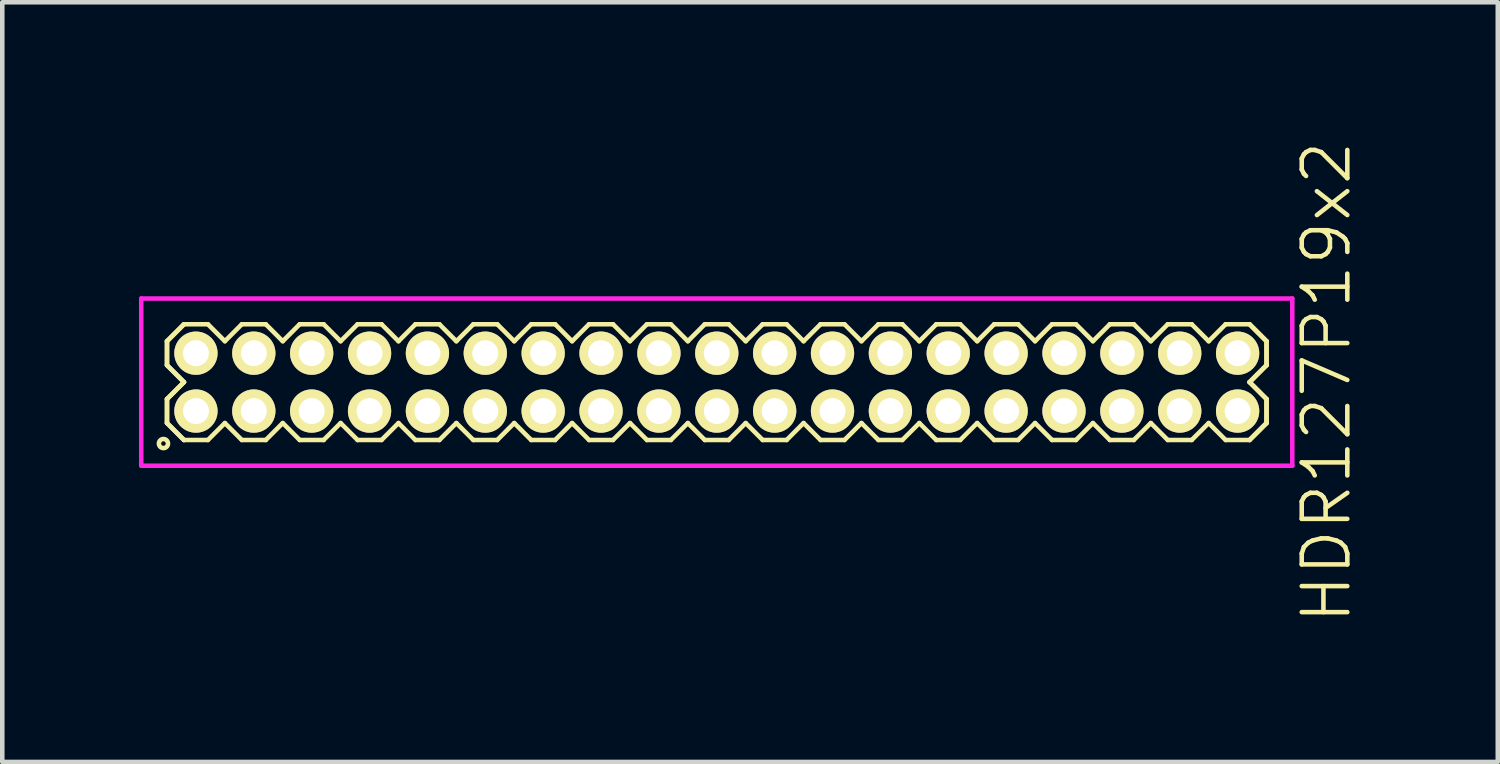
<source format=kicad_pcb>
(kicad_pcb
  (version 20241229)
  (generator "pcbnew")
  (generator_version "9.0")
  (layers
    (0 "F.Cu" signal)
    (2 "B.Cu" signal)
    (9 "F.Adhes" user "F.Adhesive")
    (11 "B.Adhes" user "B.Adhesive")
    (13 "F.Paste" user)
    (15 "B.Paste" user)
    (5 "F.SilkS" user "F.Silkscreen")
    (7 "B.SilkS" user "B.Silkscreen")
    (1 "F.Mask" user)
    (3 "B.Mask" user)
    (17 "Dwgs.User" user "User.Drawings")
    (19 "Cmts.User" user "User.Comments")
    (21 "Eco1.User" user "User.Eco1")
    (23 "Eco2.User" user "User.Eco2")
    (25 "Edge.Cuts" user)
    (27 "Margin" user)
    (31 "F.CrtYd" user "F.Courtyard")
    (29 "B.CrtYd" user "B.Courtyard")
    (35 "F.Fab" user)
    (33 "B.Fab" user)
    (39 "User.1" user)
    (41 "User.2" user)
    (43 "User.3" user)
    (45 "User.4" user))
  (footprint "HDR127P19x2"
    (layer "F.Cu")
    (at 12.68 5.336)
    (property "Reference" "HDR127P19x2" (at 13.38 0 90) (layer "F.SilkS") (effects (font (size 1 1) (thickness 0.1))))
    (attr through_hole)
    (fp_line (start -12.065 -0.898) (end -11.693 -1.27) (stroke (width 0.1) (type solid)) (layer "F.SilkS"))
    (fp_line (start -12.065 -0.898) (end -11.693 -1.27) (stroke (width 0.1) (type solid)) (layer "F.SilkS"))
    (fp_line (start -12.065 -0.372) (end -12.065 -0.898) (stroke (width 0.1) (type solid)) (layer "F.SilkS"))
    (fp_line (start -12.065 -0.372) (end -12.065 -0.898) (stroke (width 0.1) (type solid)) (layer "F.SilkS"))
    (fp_line (start -12.065 0.372) (end -11.693 0) (stroke (width 0.1) (type solid)) (layer "F.SilkS"))
    (fp_line (start -12.065 0.372) (end -11.693 0) (stroke (width 0.1) (type solid)) (layer "F.SilkS"))
    (fp_line (start -12.065 0.898) (end -12.065 0.372) (stroke (width 0.1) (type solid)) (layer "F.SilkS"))
    (fp_line (start -12.065 0.898) (end -12.065 0.372) (stroke (width 0.1) (type solid)) (layer "F.SilkS"))
    (fp_line (start -11.693 -1.27) (end -11.167 -1.27) (stroke (width 0.1) (type solid)) (layer "F.SilkS"))
    (fp_line (start -11.693 0) (end -12.065 -0.372) (stroke (width 0.1) (type solid)) (layer "F.SilkS"))
    (fp_line (start -11.693 0) (end -12.065 -0.372) (stroke (width 0.1) (type solid)) (layer "F.SilkS"))
    (fp_line (start -11.693 1.27) (end -12.065 0.898) (stroke (width 0.1) (type solid)) (layer "F.SilkS"))
    (fp_line (start -11.693 1.27) (end -12.065 0.898) (stroke (width 0.1) (type solid)) (layer "F.SilkS"))
    (fp_line (start -11.167 -1.27) (end -10.795 -0.898) (stroke (width 0.1) (type solid)) (layer "F.SilkS"))
    (fp_line (start -11.167 1.27) (end -11.693 1.27) (stroke (width 0.1) (type solid)) (layer "F.SilkS"))
    (fp_line (start -10.795 -0.898) (end -10.423 -1.27) (stroke (width 0.1) (type solid)) (layer "F.SilkS"))
    (fp_line (start -10.795 0.898) (end -11.167 1.27) (stroke (width 0.1) (type solid)) (layer "F.SilkS"))
    (fp_line (start -10.423 -1.27) (end -9.897 -1.27) (stroke (width 0.1) (type solid)) (layer "F.SilkS"))
    (fp_line (start -10.423 1.27) (end -10.795 0.898) (stroke (width 0.1) (type solid)) (layer "F.SilkS"))
    (fp_line (start -9.897 -1.27) (end -9.525 -0.898) (stroke (width 0.1) (type solid)) (layer "F.SilkS"))
    (fp_line (start -9.897 1.27) (end -10.423 1.27) (stroke (width 0.1) (type solid)) (layer "F.SilkS"))
    (fp_line (start -9.525 -0.898) (end -9.153 -1.27) (stroke (width 0.1) (type solid)) (layer "F.SilkS"))
    (fp_line (start -9.525 0.898) (end -9.897 1.27) (stroke (width 0.1) (type solid)) (layer "F.SilkS"))
    (fp_line (start -9.153 -1.27) (end -8.627 -1.27) (stroke (width 0.1) (type solid)) (layer "F.SilkS"))
    (fp_line (start -9.153 1.27) (end -9.525 0.898) (stroke (width 0.1) (type solid)) (layer "F.SilkS"))
    (fp_line (start -8.627 -1.27) (end -8.255 -0.898) (stroke (width 0.1) (type solid)) (layer "F.SilkS"))
    (fp_line (start -8.627 1.27) (end -9.153 1.27) (stroke (width 0.1) (type solid)) (layer "F.SilkS"))
    (fp_line (start -8.255 -0.898) (end -7.883 -1.27) (stroke (width 0.1) (type solid)) (layer "F.SilkS"))
    (fp_line (start -8.255 0.898) (end -8.627 1.27) (stroke (width 0.1) (type solid)) (layer "F.SilkS"))
    (fp_line (start -7.883 -1.27) (end -7.357 -1.27) (stroke (width 0.1) (type solid)) (layer "F.SilkS"))
    (fp_line (start -7.883 1.27) (end -8.255 0.898) (stroke (width 0.1) (type solid)) (layer "F.SilkS"))
    (fp_line (start -7.357 -1.27) (end -6.985 -0.898) (stroke (width 0.1) (type solid)) (layer "F.SilkS"))
    (fp_line (start -7.357 1.27) (end -7.883 1.27) (stroke (width 0.1) (type solid)) (layer "F.SilkS"))
    (fp_line (start -6.985 -0.898) (end -6.613 -1.27) (stroke (width 0.1) (type solid)) (layer "F.SilkS"))
    (fp_line (start -6.985 0.898) (end -7.357 1.27) (stroke (width 0.1) (type solid)) (layer "F.SilkS"))
    (fp_line (start -6.613 -1.27) (end -6.087 -1.27) (stroke (width 0.1) (type solid)) (layer "F.SilkS"))
    (fp_line (start -6.613 1.27) (end -6.985 0.898) (stroke (width 0.1) (type solid)) (layer "F.SilkS"))
    (fp_line (start -6.087 -1.27) (end -5.715 -0.898) (stroke (width 0.1) (type solid)) (layer "F.SilkS"))
    (fp_line (start -6.087 1.27) (end -6.613 1.27) (stroke (width 0.1) (type solid)) (layer "F.SilkS"))
    (fp_line (start -5.715 -0.898) (end -5.343 -1.27) (stroke (width 0.1) (type solid)) (layer "F.SilkS"))
    (fp_line (start -5.715 0.898) (end -6.087 1.27) (stroke (width 0.1) (type solid)) (layer "F.SilkS"))
    (fp_line (start -5.343 -1.27) (end -4.817 -1.27) (stroke (width 0.1) (type solid)) (layer "F.SilkS"))
    (fp_line (start -5.343 1.27) (end -5.715 0.898) (stroke (width 0.1) (type solid)) (layer "F.SilkS"))
    (fp_line (start -4.817 -1.27) (end -4.445 -0.898) (stroke (width 0.1) (type solid)) (layer "F.SilkS"))
    (fp_line (start -4.817 1.27) (end -5.343 1.27) (stroke (width 0.1) (type solid)) (layer "F.SilkS"))
    (fp_line (start -4.445 -0.898) (end -4.073 -1.27) (stroke (width 0.1) (type solid)) (layer "F.SilkS"))
    (fp_line (start -4.445 0.898) (end -4.817 1.27) (stroke (width 0.1) (type solid)) (layer "F.SilkS"))
    (fp_line (start -4.073 -1.27) (end -3.547 -1.27) (stroke (width 0.1) (type solid)) (layer "F.SilkS"))
    (fp_line (start -4.073 1.27) (end -4.445 0.898) (stroke (width 0.1) (type solid)) (layer "F.SilkS"))
    (fp_line (start -3.547 -1.27) (end -3.175 -0.898) (stroke (width 0.1) (type solid)) (layer "F.SilkS"))
    (fp_line (start -3.547 1.27) (end -4.073 1.27) (stroke (width 0.1) (type solid)) (layer "F.SilkS"))
    (fp_line (start -3.175 -0.898) (end -2.803 -1.27) (stroke (width 0.1) (type solid)) (layer "F.SilkS"))
    (fp_line (start -3.175 0.898) (end -3.547 1.27) (stroke (width 0.1) (type solid)) (layer "F.SilkS"))
    (fp_line (start -2.803 -1.27) (end -2.277 -1.27) (stroke (width 0.1) (type solid)) (layer "F.SilkS"))
    (fp_line (start -2.803 1.27) (end -3.175 0.898) (stroke (width 0.1) (type solid)) (layer "F.SilkS"))
    (fp_line (start -2.277 -1.27) (end -1.905 -0.898) (stroke (width 0.1) (type solid)) (layer "F.SilkS"))
    (fp_line (start -2.277 1.27) (end -2.803 1.27) (stroke (width 0.1) (type solid)) (layer "F.SilkS"))
    (fp_line (start -1.905 -0.898) (end -1.533 -1.27) (stroke (width 0.1) (type solid)) (layer "F.SilkS"))
    (fp_line (start -1.905 0.898) (end -2.277 1.27) (stroke (width 0.1) (type solid)) (layer "F.SilkS"))
    (fp_line (start -1.533 -1.27) (end -1.007 -1.27) (stroke (width 0.1) (type solid)) (layer "F.SilkS"))
    (fp_line (start -1.533 1.27) (end -1.905 0.898) (stroke (width 0.1) (type solid)) (layer "F.SilkS"))
    (fp_line (start -1.007 -1.27) (end -0.635 -0.898) (stroke (width 0.1) (type solid)) (layer "F.SilkS"))
    (fp_line (start -1.007 1.27) (end -1.533 1.27) (stroke (width 0.1) (type solid)) (layer "F.SilkS"))
    (fp_line (start -0.635 -0.898) (end -0.263 -1.27) (stroke (width 0.1) (type solid)) (layer "F.SilkS"))
    (fp_line (start -0.635 0.898) (end -1.007 1.27) (stroke (width 0.1) (type solid)) (layer "F.SilkS"))
    (fp_line (start -0.263 -1.27) (end 0.263 -1.27) (stroke (width 0.1) (type solid)) (layer "F.SilkS"))
    (fp_line (start -0.263 1.27) (end -0.635 0.898) (stroke (width 0.1) (type solid)) (layer "F.SilkS"))
    (fp_line (start 0.263 -1.27) (end 0.635 -0.898) (stroke (width 0.1) (type solid)) (layer "F.SilkS"))
    (fp_line (start 0.263 1.27) (end -0.263 1.27) (stroke (width 0.1) (type solid)) (layer "F.SilkS"))
    (fp_line (start 0.635 -0.898) (end 1.007 -1.27) (stroke (width 0.1) (type solid)) (layer "F.SilkS"))
    (fp_line (start 0.635 0.898) (end 0.263 1.27) (stroke (width 0.1) (type solid)) (layer "F.SilkS"))
    (fp_line (start 1.007 -1.27) (end 1.533 -1.27) (stroke (width 0.1) (type solid)) (layer "F.SilkS"))
    (fp_line (start 1.007 1.27) (end 0.635 0.898) (stroke (width 0.1) (type solid)) (layer "F.SilkS"))
    (fp_line (start 1.533 -1.27) (end 1.905 -0.898) (stroke (width 0.1) (type solid)) (layer "F.SilkS"))
    (fp_line (start 1.533 1.27) (end 1.007 1.27) (stroke (width 0.1) (type solid)) (layer "F.SilkS"))
    (fp_line (start 1.905 -0.898) (end 2.277 -1.27) (stroke (width 0.1) (type solid)) (layer "F.SilkS"))
    (fp_line (start 1.905 0.898) (end 1.533 1.27) (stroke (width 0.1) (type solid)) (layer "F.SilkS"))
    (fp_line (start 2.277 -1.27) (end 2.803 -1.27) (stroke (width 0.1) (type solid)) (layer "F.SilkS"))
    (fp_line (start 2.277 1.27) (end 1.905 0.898) (stroke (width 0.1) (type solid)) (layer "F.SilkS"))
    (fp_line (start 2.803 -1.27) (end 3.175 -0.898) (stroke (width 0.1) (type solid)) (layer "F.SilkS"))
    (fp_line (start 2.803 1.27) (end 2.277 1.27) (stroke (width 0.1) (type solid)) (layer "F.SilkS"))
    (fp_line (start 3.175 -0.898) (end 3.547 -1.27) (stroke (width 0.1) (type solid)) (layer "F.SilkS"))
    (fp_line (start 3.175 0.898) (end 2.803 1.27) (stroke (width 0.1) (type solid)) (layer "F.SilkS"))
    (fp_line (start 3.547 -1.27) (end 4.073 -1.27) (stroke (width 0.1) (type solid)) (layer "F.SilkS"))
    (fp_line (start 3.547 1.27) (end 3.175 0.898) (stroke (width 0.1) (type solid)) (layer "F.SilkS"))
    (fp_line (start 4.073 -1.27) (end 4.445 -0.898) (stroke (width 0.1) (type solid)) (layer "F.SilkS"))
    (fp_line (start 4.073 1.27) (end 3.547 1.27) (stroke (width 0.1) (type solid)) (layer "F.SilkS"))
    (fp_line (start 4.445 -0.898) (end 4.817 -1.27) (stroke (width 0.1) (type solid)) (layer "F.SilkS"))
    (fp_line (start 4.445 0.898) (end 4.073 1.27) (stroke (width 0.1) (type solid)) (layer "F.SilkS"))
    (fp_line (start 4.817 -1.27) (end 5.343 -1.27) (stroke (width 0.1) (type solid)) (layer "F.SilkS"))
    (fp_line (start 4.817 1.27) (end 4.445 0.898) (stroke (width 0.1) (type solid)) (layer "F.SilkS"))
    (fp_line (start 5.343 -1.27) (end 5.715 -0.898) (stroke (width 0.1) (type solid)) (layer "F.SilkS"))
    (fp_line (start 5.343 1.27) (end 4.817 1.27) (stroke (width 0.1) (type solid)) (layer "F.SilkS"))
    (fp_line (start 5.715 -0.898) (end 6.087 -1.27) (stroke (width 0.1) (type solid)) (layer "F.SilkS"))
    (fp_line (start 5.715 0.898) (end 5.343 1.27) (stroke (width 0.1) (type solid)) (layer "F.SilkS"))
    (fp_line (start 6.087 -1.27) (end 6.613 -1.27) (stroke (width 0.1) (type solid)) (layer "F.SilkS"))
    (fp_line (start 6.087 1.27) (end 5.715 0.898) (stroke (width 0.1) (type solid)) (layer "F.SilkS"))
    (fp_line (start 6.613 -1.27) (end 6.985 -0.898) (stroke (width 0.1) (type solid)) (layer "F.SilkS"))
    (fp_line (start 6.613 1.27) (end 6.087 1.27) (stroke (width 0.1) (type solid)) (layer "F.SilkS"))
    (fp_line (start 6.985 -0.898) (end 7.357 -1.27) (stroke (width 0.1) (type solid)) (layer "F.SilkS"))
    (fp_line (start 6.985 0.898) (end 6.613 1.27) (stroke (width 0.1) (type solid)) (layer "F.SilkS"))
    (fp_line (start 7.357 -1.27) (end 7.883 -1.27) (stroke (width 0.1) (type solid)) (layer "F.SilkS"))
    (fp_line (start 7.357 1.27) (end 6.985 0.898) (stroke (width 0.1) (type solid)) (layer "F.SilkS"))
    (fp_line (start 7.883 -1.27) (end 8.255 -0.898) (stroke (width 0.1) (type solid)) (layer "F.SilkS"))
    (fp_line (start 7.883 1.27) (end 7.357 1.27) (stroke (width 0.1) (type solid)) (layer "F.SilkS"))
    (fp_line (start 8.255 -0.898) (end 8.627 -1.27) (stroke (width 0.1) (type solid)) (layer "F.SilkS"))
    (fp_line (start 8.255 0.898) (end 7.883 1.27) (stroke (width 0.1) (type solid)) (layer "F.SilkS"))
    (fp_line (start 8.627 -1.27) (end 9.153 -1.27) (stroke (width 0.1) (type solid)) (layer "F.SilkS"))
    (fp_line (start 8.627 1.27) (end 8.255 0.898) (stroke (width 0.1) (type solid)) (layer "F.SilkS"))
    (fp_line (start 9.153 -1.27) (end 9.525 -0.898) (stroke (width 0.1) (type solid)) (layer "F.SilkS"))
    (fp_line (start 9.153 1.27) (end 8.627 1.27) (stroke (width 0.1) (type solid)) (layer "F.SilkS"))
    (fp_line (start 9.525 -0.898) (end 9.897 -1.27) (stroke (width 0.1) (type solid)) (layer "F.SilkS"))
    (fp_line (start 9.525 0.898) (end 9.153 1.27) (stroke (width 0.1) (type solid)) (layer "F.SilkS"))
    (fp_line (start 9.897 -1.27) (end 10.423 -1.27) (stroke (width 0.1) (type solid)) (layer "F.SilkS"))
    (fp_line (start 9.897 1.27) (end 9.525 0.898) (stroke (width 0.1) (type solid)) (layer "F.SilkS"))
    (fp_line (start 10.423 -1.27) (end 10.795 -0.898) (stroke (width 0.1) (type solid)) (layer "F.SilkS"))
    (fp_line (start 10.423 1.27) (end 9.897 1.27) (stroke (width 0.1) (type solid)) (layer "F.SilkS"))
    (fp_line (start 10.795 -0.898) (end 11.167 -1.27) (stroke (width 0.1) (type solid)) (layer "F.SilkS"))
    (fp_line (start 10.795 0.898) (end 10.423 1.27) (stroke (width 0.1) (type solid)) (layer "F.SilkS"))
    (fp_line (start 11.167 -1.27) (end 11.693 -1.27) (stroke (width 0.1) (type solid)) (layer "F.SilkS"))
    (fp_line (start 11.167 1.27) (end 10.795 0.898) (stroke (width 0.1) (type solid)) (layer "F.SilkS"))
    (fp_line (start 11.693 -1.27) (end 12.065 -0.898) (stroke (width 0.1) (type solid)) (layer "F.SilkS"))
    (fp_line (start 11.693 -1.27) (end 12.065 -0.898) (stroke (width 0.1) (type solid)) (layer "F.SilkS"))
    (fp_line (start 11.693 0) (end 12.065 0.372) (stroke (width 0.1) (type solid)) (layer "F.SilkS"))
    (fp_line (start 11.693 0) (end 12.065 0.372) (stroke (width 0.1) (type solid)) (layer "F.SilkS"))
    (fp_line (start 11.693 1.27) (end 11.167 1.27) (stroke (width 0.1) (type solid)) (layer "F.SilkS"))
    (fp_line (start 12.065 -0.898) (end 12.065 -0.372) (stroke (width 0.1) (type solid)) (layer "F.SilkS"))
    (fp_line (start 12.065 -0.898) (end 12.065 -0.372) (stroke (width 0.1) (type solid)) (layer "F.SilkS"))
    (fp_line (start 12.065 -0.372) (end 11.693 0) (stroke (width 0.1) (type solid)) (layer "F.SilkS"))
    (fp_line (start 12.065 -0.372) (end 11.693 0) (stroke (width 0.1) (type solid)) (layer "F.SilkS"))
    (fp_line (start 12.065 0.372) (end 12.065 0.898) (stroke (width 0.1) (type solid)) (layer "F.SilkS"))
    (fp_line (start 12.065 0.372) (end 12.065 0.898) (stroke (width 0.1) (type solid)) (layer "F.SilkS"))
    (fp_line (start 12.065 0.898) (end 11.693 1.27) (stroke (width 0.1) (type solid)) (layer "F.SilkS"))
    (fp_line (start 12.065 0.898) (end 11.693 1.27) (stroke (width 0.1) (type solid)) (layer "F.SilkS"))
    (fp_circle (center -12.143 1.348) (end -12.043 1.348) (stroke (width 0.1) (type solid)) (fill no) (layer "F.SilkS"))
    (fp_line (start -12.63 -1.835) (end -12.63 1.835) (stroke (width 0.1) (type solid)) (layer "F.CrtYd"))
    (fp_line (start -12.63 1.835) (end 12.63 1.835) (stroke (width 0.1) (type solid)) (layer "F.CrtYd"))
    (fp_line (start 12.63 -1.835) (end -12.63 -1.835) (stroke (width 0.1) (type solid)) (layer "F.CrtYd"))
    (fp_line (start 12.63 1.835) (end 12.63 -1.835) (stroke (width 0.1) (type solid)) (layer "F.CrtYd"))
    (pad "1" thru_hole oval (at -11.43 0.635) (size 0.95 0.95) (drill 0.57) (layers "*.Cu" "*.Mask" "F.SilkS"))
    (pad "2" thru_hole oval (at -11.43 -0.635) (size 0.95 0.95) (drill 0.57) (layers "*.Cu" "*.Mask" "F.SilkS"))
    (pad "3" thru_hole oval (at -10.16 0.635) (size 0.95 0.95) (drill 0.57) (layers "*.Cu" "*.Mask" "F.SilkS"))
    (pad "4" thru_hole oval (at -10.16 -0.635) (size 0.95 0.95) (drill 0.57) (layers "*.Cu" "*.Mask" "F.SilkS"))
    (pad "5" thru_hole oval (at -8.89 0.635) (size 0.95 0.95) (drill 0.57) (layers "*.Cu" "*.Mask" "F.SilkS"))
    (pad "6" thru_hole oval (at -8.89 -0.635) (size 0.95 0.95) (drill 0.57) (layers "*.Cu" "*.Mask" "F.SilkS"))
    (pad "7" thru_hole oval (at -7.62 0.635) (size 0.95 0.95) (drill 0.57) (layers "*.Cu" "*.Mask" "F.SilkS"))
    (pad "8" thru_hole oval (at -7.62 -0.635) (size 0.95 0.95) (drill 0.57) (layers "*.Cu" "*.Mask" "F.SilkS"))
    (pad "9" thru_hole oval (at -6.35 0.635) (size 0.95 0.95) (drill 0.57) (layers "*.Cu" "*.Mask" "F.SilkS"))
    (pad "10" thru_hole oval (at -6.35 -0.635) (size 0.95 0.95) (drill 0.57) (layers "*.Cu" "*.Mask" "F.SilkS"))
    (pad "11" thru_hole oval (at -5.08 0.635) (size 0.95 0.95) (drill 0.57) (layers "*.Cu" "*.Mask" "F.SilkS"))
    (pad "12" thru_hole oval (at -5.08 -0.635) (size 0.95 0.95) (drill 0.57) (layers "*.Cu" "*.Mask" "F.SilkS"))
    (pad "13" thru_hole oval (at -3.81 0.635) (size 0.95 0.95) (drill 0.57) (layers "*.Cu" "*.Mask" "F.SilkS"))
    (pad "14" thru_hole oval (at -3.81 -0.635) (size 0.95 0.95) (drill 0.57) (layers "*.Cu" "*.Mask" "F.SilkS"))
    (pad "15" thru_hole oval (at -2.54 0.635) (size 0.95 0.95) (drill 0.57) (layers "*.Cu" "*.Mask" "F.SilkS"))
    (pad "16" thru_hole oval (at -2.54 -0.635) (size 0.95 0.95) (drill 0.57) (layers "*.Cu" "*.Mask" "F.SilkS"))
    (pad "17" thru_hole oval (at -1.27 0.635) (size 0.95 0.95) (drill 0.57) (layers "*.Cu" "*.Mask" "F.SilkS"))
    (pad "18" thru_hole oval (at -1.27 -0.635) (size 0.95 0.95) (drill 0.57) (layers "*.Cu" "*.Mask" "F.SilkS"))
    (pad "19" thru_hole oval (at 0 0.635) (size 0.95 0.95) (drill 0.57) (layers "*.Cu" "*.Mask" "F.SilkS"))
    (pad "20" thru_hole oval (at 0 -0.635) (size 0.95 0.95) (drill 0.57) (layers "*.Cu" "*.Mask" "F.SilkS"))
    (pad "21" thru_hole oval (at 1.27 0.635) (size 0.95 0.95) (drill 0.57) (layers "*.Cu" "*.Mask" "F.SilkS"))
    (pad "22" thru_hole oval (at 1.27 -0.635) (size 0.95 0.95) (drill 0.57) (layers "*.Cu" "*.Mask" "F.SilkS"))
    (pad "23" thru_hole oval (at 2.54 0.635) (size 0.95 0.95) (drill 0.57) (layers "*.Cu" "*.Mask" "F.SilkS"))
    (pad "24" thru_hole oval (at 2.54 -0.635) (size 0.95 0.95) (drill 0.57) (layers "*.Cu" "*.Mask" "F.SilkS"))
    (pad "25" thru_hole oval (at 3.81 0.635) (size 0.95 0.95) (drill 0.57) (layers "*.Cu" "*.Mask" "F.SilkS"))
    (pad "26" thru_hole oval (at 3.81 -0.635) (size 0.95 0.95) (drill 0.57) (layers "*.Cu" "*.Mask" "F.SilkS"))
    (pad "27" thru_hole oval (at 5.08 0.635) (size 0.95 0.95) (drill 0.57) (layers "*.Cu" "*.Mask" "F.SilkS"))
    (pad "28" thru_hole oval (at 5.08 -0.635) (size 0.95 0.95) (drill 0.57) (layers "*.Cu" "*.Mask" "F.SilkS"))
    (pad "29" thru_hole oval (at 6.35 0.635) (size 0.95 0.95) (drill 0.57) (layers "*.Cu" "*.Mask" "F.SilkS"))
    (pad "30" thru_hole oval (at 6.35 -0.635) (size 0.95 0.95) (drill 0.57) (layers "*.Cu" "*.Mask" "F.SilkS"))
    (pad "31" thru_hole oval (at 7.62 0.635) (size 0.95 0.95) (drill 0.57) (layers "*.Cu" "*.Mask" "F.SilkS"))
    (pad "32" thru_hole oval (at 7.62 -0.635) (size 0.95 0.95) (drill 0.57) (layers "*.Cu" "*.Mask" "F.SilkS"))
    (pad "33" thru_hole oval (at 8.89 0.635) (size 0.95 0.95) (drill 0.57) (layers "*.Cu" "*.Mask" "F.SilkS"))
    (pad "34" thru_hole oval (at 8.89 -0.635) (size 0.95 0.95) (drill 0.57) (layers "*.Cu" "*.Mask" "F.SilkS"))
    (pad "35" thru_hole oval (at 10.16 0.635) (size 0.95 0.95) (drill 0.57) (layers "*.Cu" "*.Mask" "F.SilkS"))
    (pad "36" thru_hole oval (at 10.16 -0.635) (size 0.95 0.95) (drill 0.57) (layers "*.Cu" "*.Mask" "F.SilkS"))
    (pad "37" thru_hole oval (at 11.43 0.635) (size 0.95 0.95) (drill 0.57) (layers "*.Cu" "*.Mask" "F.SilkS"))
    (pad "38" thru_hole oval (at 11.43 -0.635) (size 0.95 0.95) (drill 0.57) (layers "*.Cu" "*.Mask" "F.SilkS")))
  (gr_rect
    (start -3 -3)
    (end 29.82 13.671)
    (stroke (width 0.1) (type default))
    (fill no)
    (layer "Edge.Cuts")))
</source>
